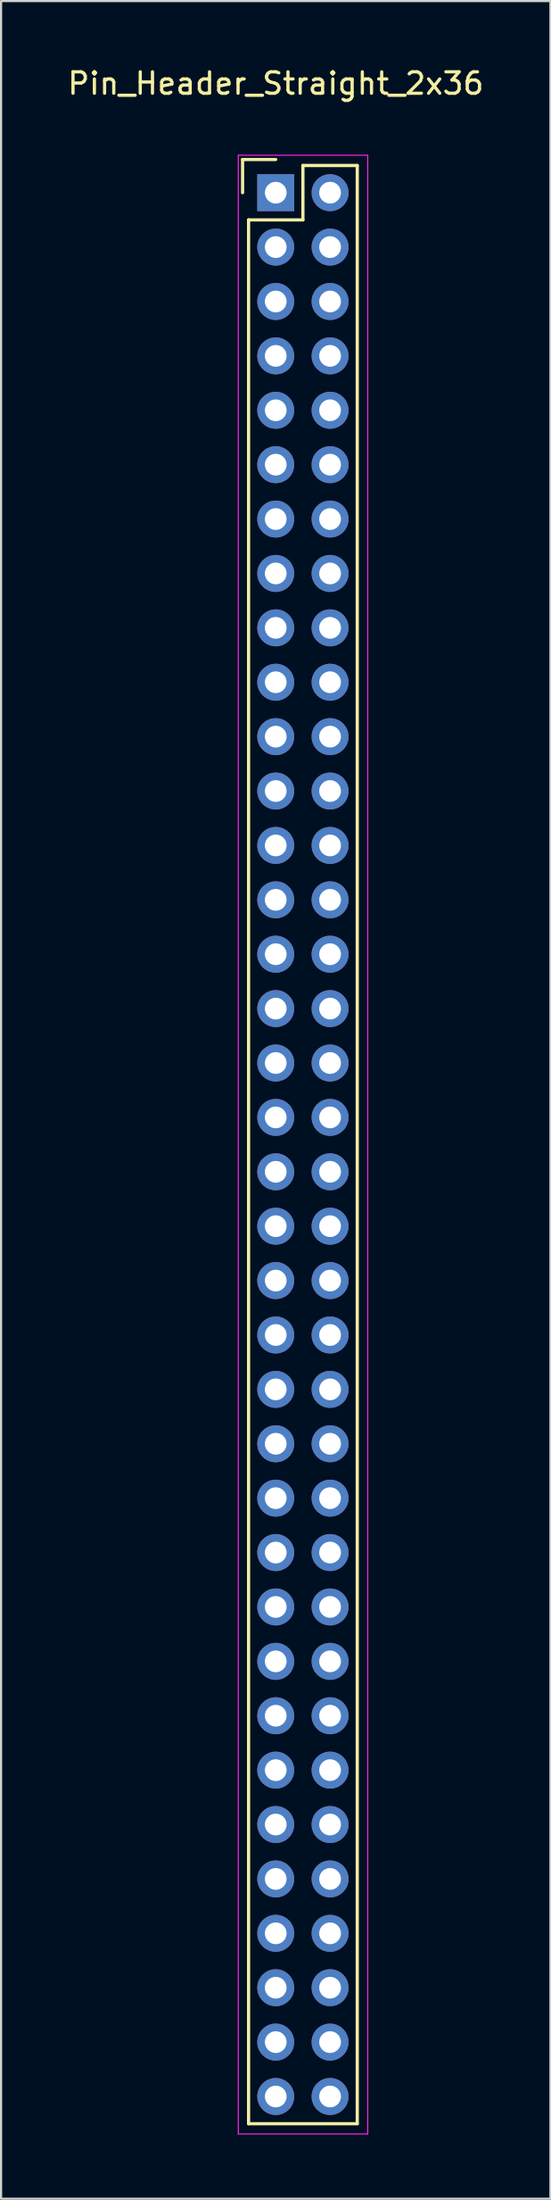
<source format=kicad_pcb>
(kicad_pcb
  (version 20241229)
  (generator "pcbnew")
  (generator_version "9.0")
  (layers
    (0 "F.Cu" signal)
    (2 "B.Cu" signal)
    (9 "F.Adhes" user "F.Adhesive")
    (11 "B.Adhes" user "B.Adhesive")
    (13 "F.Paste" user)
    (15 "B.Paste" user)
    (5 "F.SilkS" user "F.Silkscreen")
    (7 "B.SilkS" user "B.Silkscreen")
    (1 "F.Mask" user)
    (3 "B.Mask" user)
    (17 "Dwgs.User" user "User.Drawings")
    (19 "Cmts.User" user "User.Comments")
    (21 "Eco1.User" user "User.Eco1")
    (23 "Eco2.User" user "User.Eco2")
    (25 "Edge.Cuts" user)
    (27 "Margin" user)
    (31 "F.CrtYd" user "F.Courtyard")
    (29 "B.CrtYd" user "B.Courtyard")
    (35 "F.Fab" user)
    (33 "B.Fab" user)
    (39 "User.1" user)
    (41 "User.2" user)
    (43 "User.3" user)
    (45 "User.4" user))
  (footprint "Pin_Header_Straight_2x36"
    (layer "F.Cu")
    (at 9.839 5.948)
    (property "Reference" "Pin_Header_Straight_2x36" (at 0 -5.1 0) (layer "F.SilkS") (effects (font (size 1 1) (thickness 0.15))))
    (attr through_hole)
    (fp_line (start -1.55 -1.55) (end -1.55 0) (stroke (width 0.15) (type solid)) (layer "F.SilkS"))
    (fp_line (start -1.27 1.27) (end -1.27 90.17) (stroke (width 0.15) (type solid)) (layer "F.SilkS"))
    (fp_line (start 0 -1.55) (end -1.55 -1.55) (stroke (width 0.15) (type solid)) (layer "F.SilkS"))
    (fp_line (start 1.27 -1.27) (end 1.27 1.27) (stroke (width 0.15) (type solid)) (layer "F.SilkS"))
    (fp_line (start 1.27 1.27) (end -1.27 1.27) (stroke (width 0.15) (type solid)) (layer "F.SilkS"))
    (fp_line (start 3.81 -1.27) (end 1.27 -1.27) (stroke (width 0.15) (type solid)) (layer "F.SilkS"))
    (fp_line (start 3.81 90.17) (end -1.27 90.17) (stroke (width 0.15) (type solid)) (layer "F.SilkS"))
    (fp_line (start 3.81 90.17) (end 3.81 -1.27) (stroke (width 0.15) (type solid)) (layer "F.SilkS"))
    (fp_line (start -1.75 -1.75) (end -1.75 90.65) (stroke (width 0.05) (type solid)) (layer "F.CrtYd"))
    (fp_line (start -1.75 -1.75) (end 4.3 -1.75) (stroke (width 0.05) (type solid)) (layer "F.CrtYd"))
    (fp_line (start -1.75 90.65) (end 4.3 90.65) (stroke (width 0.05) (type solid)) (layer "F.CrtYd"))
    (fp_line (start 4.3 -1.75) (end 4.3 90.65) (stroke (width 0.05) (type solid)) (layer "F.CrtYd"))
    (pad "1" thru_hole rect (at 0 0) (size 1.727 1.727) (drill 1.016) (layers "*.Cu" "*.Mask"))
    (pad "2" thru_hole oval (at 2.54 0) (size 1.727 1.727) (drill 1.016) (layers "*.Cu" "*.Mask"))
    (pad "3" thru_hole oval (at 0 2.54) (size 1.727 1.727) (drill 1.016) (layers "*.Cu" "*.Mask"))
    (pad "4" thru_hole oval (at 2.54 2.54) (size 1.727 1.727) (drill 1.016) (layers "*.Cu" "*.Mask"))
    (pad "5" thru_hole oval (at 0 5.08) (size 1.727 1.727) (drill 1.016) (layers "*.Cu" "*.Mask"))
    (pad "6" thru_hole oval (at 2.54 5.08) (size 1.727 1.727) (drill 1.016) (layers "*.Cu" "*.Mask"))
    (pad "7" thru_hole oval (at 0 7.62) (size 1.727 1.727) (drill 1.016) (layers "*.Cu" "*.Mask"))
    (pad "8" thru_hole oval (at 2.54 7.62) (size 1.727 1.727) (drill 1.016) (layers "*.Cu" "*.Mask"))
    (pad "9" thru_hole oval (at 0 10.16) (size 1.727 1.727) (drill 1.016) (layers "*.Cu" "*.Mask"))
    (pad "10" thru_hole oval (at 2.54 10.16) (size 1.727 1.727) (drill 1.016) (layers "*.Cu" "*.Mask"))
    (pad "11" thru_hole oval (at 0 12.7) (size 1.727 1.727) (drill 1.016) (layers "*.Cu" "*.Mask"))
    (pad "12" thru_hole oval (at 2.54 12.7) (size 1.727 1.727) (drill 1.016) (layers "*.Cu" "*.Mask"))
    (pad "13" thru_hole oval (at 0 15.24) (size 1.727 1.727) (drill 1.016) (layers "*.Cu" "*.Mask"))
    (pad "14" thru_hole oval (at 2.54 15.24) (size 1.727 1.727) (drill 1.016) (layers "*.Cu" "*.Mask"))
    (pad "15" thru_hole oval (at 0 17.78) (size 1.727 1.727) (drill 1.016) (layers "*.Cu" "*.Mask"))
    (pad "16" thru_hole oval (at 2.54 17.78) (size 1.727 1.727) (drill 1.016) (layers "*.Cu" "*.Mask"))
    (pad "17" thru_hole oval (at 0 20.32) (size 1.727 1.727) (drill 1.016) (layers "*.Cu" "*.Mask"))
    (pad "18" thru_hole oval (at 2.54 20.32) (size 1.727 1.727) (drill 1.016) (layers "*.Cu" "*.Mask"))
    (pad "19" thru_hole oval (at 0 22.86) (size 1.727 1.727) (drill 1.016) (layers "*.Cu" "*.Mask"))
    (pad "20" thru_hole oval (at 2.54 22.86) (size 1.727 1.727) (drill 1.016) (layers "*.Cu" "*.Mask"))
    (pad "21" thru_hole oval (at 0 25.4) (size 1.727 1.727) (drill 1.016) (layers "*.Cu" "*.Mask"))
    (pad "22" thru_hole oval (at 2.54 25.4) (size 1.727 1.727) (drill 1.016) (layers "*.Cu" "*.Mask"))
    (pad "23" thru_hole oval (at 0 27.94) (size 1.727 1.727) (drill 1.016) (layers "*.Cu" "*.Mask"))
    (pad "24" thru_hole oval (at 2.54 27.94) (size 1.727 1.727) (drill 1.016) (layers "*.Cu" "*.Mask"))
    (pad "25" thru_hole oval (at 0 30.48) (size 1.727 1.727) (drill 1.016) (layers "*.Cu" "*.Mask"))
    (pad "26" thru_hole oval (at 2.54 30.48) (size 1.727 1.727) (drill 1.016) (layers "*.Cu" "*.Mask"))
    (pad "27" thru_hole oval (at 0 33.02) (size 1.727 1.727) (drill 1.016) (layers "*.Cu" "*.Mask"))
    (pad "28" thru_hole oval (at 2.54 33.02) (size 1.727 1.727) (drill 1.016) (layers "*.Cu" "*.Mask"))
    (pad "29" thru_hole oval (at 0 35.56) (size 1.727 1.727) (drill 1.016) (layers "*.Cu" "*.Mask"))
    (pad "30" thru_hole oval (at 2.54 35.56) (size 1.727 1.727) (drill 1.016) (layers "*.Cu" "*.Mask"))
    (pad "31" thru_hole oval (at 0 38.1) (size 1.727 1.727) (drill 1.016) (layers "*.Cu" "*.Mask"))
    (pad "32" thru_hole oval (at 2.54 38.1) (size 1.727 1.727) (drill 1.016) (layers "*.Cu" "*.Mask"))
    (pad "33" thru_hole oval (at 0 40.64) (size 1.727 1.727) (drill 1.016) (layers "*.Cu" "*.Mask"))
    (pad "34" thru_hole oval (at 2.54 40.64) (size 1.727 1.727) (drill 1.016) (layers "*.Cu" "*.Mask"))
    (pad "35" thru_hole oval (at 0 43.18) (size 1.727 1.727) (drill 1.016) (layers "*.Cu" "*.Mask"))
    (pad "36" thru_hole oval (at 2.54 43.18) (size 1.727 1.727) (drill 1.016) (layers "*.Cu" "*.Mask"))
    (pad "37" thru_hole oval (at 0 45.72) (size 1.727 1.727) (drill 1.016) (layers "*.Cu" "*.Mask"))
    (pad "38" thru_hole oval (at 2.54 45.72) (size 1.727 1.727) (drill 1.016) (layers "*.Cu" "*.Mask"))
    (pad "39" thru_hole oval (at 0 48.26) (size 1.727 1.727) (drill 1.016) (layers "*.Cu" "*.Mask"))
    (pad "40" thru_hole oval (at 2.54 48.26) (size 1.727 1.727) (drill 1.016) (layers "*.Cu" "*.Mask"))
    (pad "41" thru_hole oval (at 0 50.8) (size 1.727 1.727) (drill 1.016) (layers "*.Cu" "*.Mask"))
    (pad "42" thru_hole oval (at 2.54 50.8) (size 1.727 1.727) (drill 1.016) (layers "*.Cu" "*.Mask"))
    (pad "43" thru_hole oval (at 0 53.34) (size 1.727 1.727) (drill 1.016) (layers "*.Cu" "*.Mask"))
    (pad "44" thru_hole oval (at 2.54 53.34) (size 1.727 1.727) (drill 1.016) (layers "*.Cu" "*.Mask"))
    (pad "45" thru_hole oval (at 0 55.88) (size 1.727 1.727) (drill 1.016) (layers "*.Cu" "*.Mask"))
    (pad "46" thru_hole oval (at 2.54 55.88) (size 1.727 1.727) (drill 1.016) (layers "*.Cu" "*.Mask"))
    (pad "47" thru_hole oval (at 0 58.42) (size 1.727 1.727) (drill 1.016) (layers "*.Cu" "*.Mask"))
    (pad "48" thru_hole oval (at 2.54 58.42) (size 1.727 1.727) (drill 1.016) (layers "*.Cu" "*.Mask"))
    (pad "49" thru_hole oval (at 0 60.96) (size 1.727 1.727) (drill 1.016) (layers "*.Cu" "*.Mask"))
    (pad "50" thru_hole oval (at 2.54 60.96) (size 1.727 1.727) (drill 1.016) (layers "*.Cu" "*.Mask"))
    (pad "51" thru_hole oval (at 0 63.5) (size 1.727 1.727) (drill 1.016) (layers "*.Cu" "*.Mask"))
    (pad "52" thru_hole oval (at 2.54 63.5) (size 1.727 1.727) (drill 1.016) (layers "*.Cu" "*.Mask"))
    (pad "53" thru_hole oval (at 0 66.04) (size 1.727 1.727) (drill 1.016) (layers "*.Cu" "*.Mask"))
    (pad "54" thru_hole oval (at 2.54 66.04) (size 1.727 1.727) (drill 1.016) (layers "*.Cu" "*.Mask"))
    (pad "55" thru_hole oval (at 0 68.58) (size 1.727 1.727) (drill 1.016) (layers "*.Cu" "*.Mask"))
    (pad "56" thru_hole oval (at 2.54 68.58) (size 1.727 1.727) (drill 1.016) (layers "*.Cu" "*.Mask"))
    (pad "57" thru_hole oval (at 0 71.12) (size 1.727 1.727) (drill 1.016) (layers "*.Cu" "*.Mask"))
    (pad "58" thru_hole oval (at 2.54 71.12) (size 1.727 1.727) (drill 1.016) (layers "*.Cu" "*.Mask"))
    (pad "59" thru_hole oval (at 0 73.66) (size 1.727 1.727) (drill 1.016) (layers "*.Cu" "*.Mask"))
    (pad "60" thru_hole oval (at 2.54 73.66) (size 1.727 1.727) (drill 1.016) (layers "*.Cu" "*.Mask"))
    (pad "61" thru_hole oval (at 0 76.2) (size 1.727 1.727) (drill 1.016) (layers "*.Cu" "*.Mask"))
    (pad "62" thru_hole oval (at 2.54 76.2) (size 1.727 1.727) (drill 1.016) (layers "*.Cu" "*.Mask"))
    (pad "63" thru_hole oval (at 0 78.74) (size 1.727 1.727) (drill 1.016) (layers "*.Cu" "*.Mask"))
    (pad "64" thru_hole oval (at 2.54 78.74) (size 1.727 1.727) (drill 1.016) (layers "*.Cu" "*.Mask"))
    (pad "65" thru_hole oval (at 0 81.28) (size 1.727 1.727) (drill 1.016) (layers "*.Cu" "*.Mask"))
    (pad "66" thru_hole oval (at 2.54 81.28) (size 1.727 1.727) (drill 1.016) (layers "*.Cu" "*.Mask"))
    (pad "67" thru_hole oval (at 0 83.82) (size 1.727 1.727) (drill 1.016) (layers "*.Cu" "*.Mask"))
    (pad "68" thru_hole oval (at 2.54 83.82) (size 1.727 1.727) (drill 1.016) (layers "*.Cu" "*.Mask"))
    (pad "69" thru_hole oval (at 0 86.36) (size 1.727 1.727) (drill 1.016) (layers "*.Cu" "*.Mask"))
    (pad "70" thru_hole oval (at 2.54 86.36) (size 1.727 1.727) (drill 1.016) (layers "*.Cu" "*.Mask"))
    (pad "71" thru_hole oval (at 0 88.9) (size 1.727 1.727) (drill 1.016) (layers "*.Cu" "*.Mask"))
    (pad "72" thru_hole oval (at 2.54 88.9) (size 1.727 1.727) (drill 1.016) (layers "*.Cu" "*.Mask")))
  (gr_rect
    (start -3 -3)
    (end 22.679 99.623)
    (stroke (width 0.1) (type default))
    (fill no)
    (layer "Edge.Cuts")))
</source>
